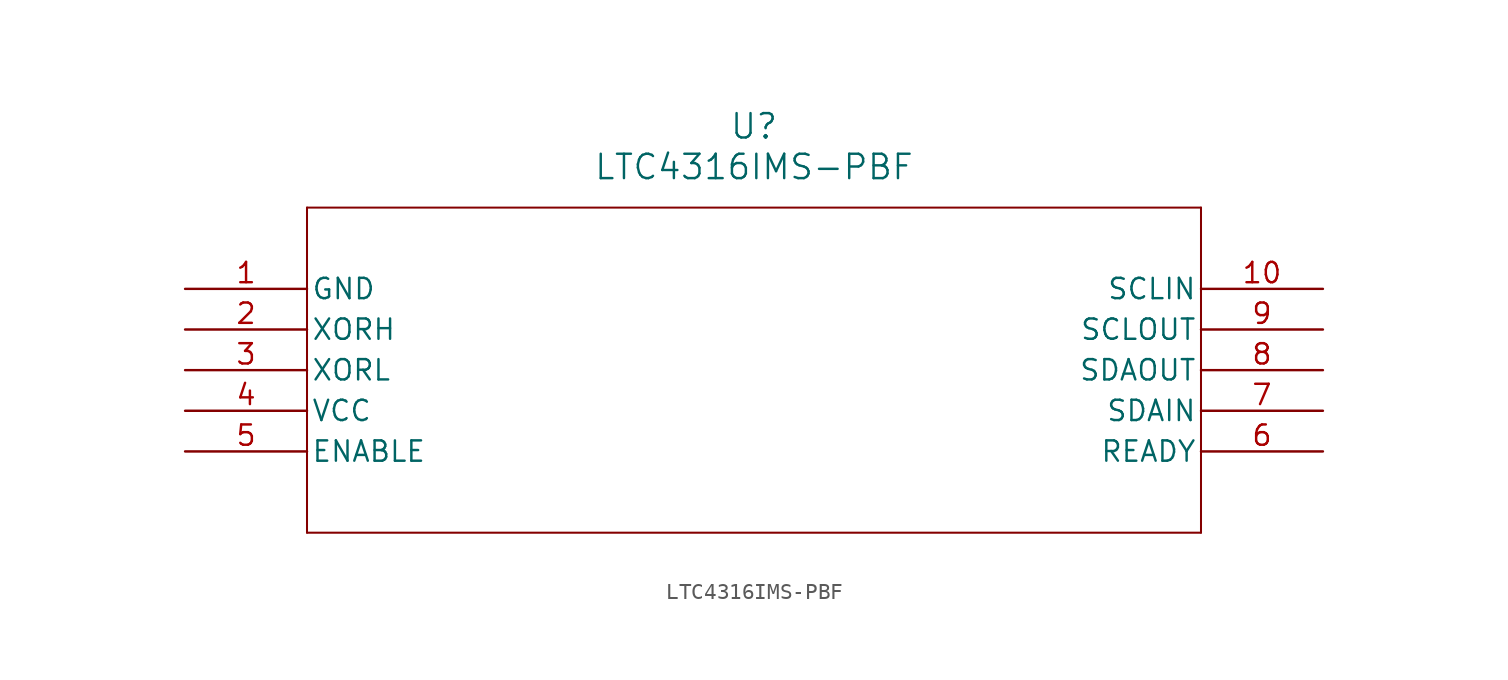
<source format=kicad_sym>
(kicad_symbol_lib
  (version 20211014)
  (generator kicad_symbol_editor)
  (symbol "LTC4316IMS-PBF"
    (pin_names
      (offset 0.254))
    (property "Reference" "U"
      (at 35.56 10.16 0)
      (effects (font (size 1.524 1.524))))
    (property "Value" "LTC4316IMS-PBF"
      (at 35.56 7.62 0)
      (effects (font (size 1.524 1.524))))
    (symbol "LTC4316IMS-PBF_0_1"
      (polyline (pts (xy 7.62 5.08) (xy 7.62 -15.24)) (stroke (width 0.127) (type default) (color 0 0 0 0)) (fill (type none)))
      (polyline (pts (xy 7.62 -15.24) (xy 63.5 -15.24)) (stroke (width 0.127) (type default) (color 0 0 0 0)) (fill (type none)))
      (polyline (pts (xy 63.5 -15.24) (xy 63.5 5.08)) (stroke (width 0.127) (type default) (color 0 0 0 0)) (fill (type none)))
      (polyline (pts (xy 63.5 5.08) (xy 7.62 5.08)) (stroke (width 0.127) (type default) (color 0 0 0 0)) (fill (type none)))
      (pin power_in line (at 0 0 0) (length 7.62) (name "GND" (effects (font (size 1.27 1.27)))) (number "1" (effects (font (size 1.27 1.27)))))
      (pin input line (at 0 -2.54 0) (length 7.62) (name "XORH" (effects (font (size 1.27 1.27)))) (number "2" (effects (font (size 1.27 1.27)))))
      (pin input line (at 0 -5.08 0) (length 7.62) (name "XORL" (effects (font (size 1.27 1.27)))) (number "3" (effects (font (size 1.27 1.27)))))
      (pin power_in line (at 0 -7.62 0) (length 7.62) (name "VCC" (effects (font (size 1.27 1.27)))) (number "4" (effects (font (size 1.27 1.27)))))
      (pin input line (at 0 -10.16 0) (length 7.62) (name "ENABLE" (effects (font (size 1.27 1.27)))) (number "5" (effects (font (size 1.27 1.27)))))
      (pin output line (at 71.12 -10.16 180) (length 7.62) (name "READY" (effects (font (size 1.27 1.27)))) (number "6" (effects (font (size 1.27 1.27)))))
      (pin bidirectional line (at 71.12 -7.62 180) (length 7.62) (name "SDAIN" (effects (font (size 1.27 1.27)))) (number "7" (effects (font (size 1.27 1.27)))))
      (pin bidirectional line (at 71.12 -5.08 180) (length 7.62) (name "SDAOUT" (effects (font (size 1.27 1.27)))) (number "8" (effects (font (size 1.27 1.27)))))
      (pin bidirectional line (at 71.12 -2.54 180) (length 7.62) (name "SCLOUT" (effects (font (size 1.27 1.27)))) (number "9" (effects (font (size 1.27 1.27)))))
      (pin bidirectional line (at 71.12 0 180) (length 7.62) (name "SCLIN" (effects (font (size 1.27 1.27)))) (number "10" (effects (font (size 1.27 1.27))))))))
</source>
